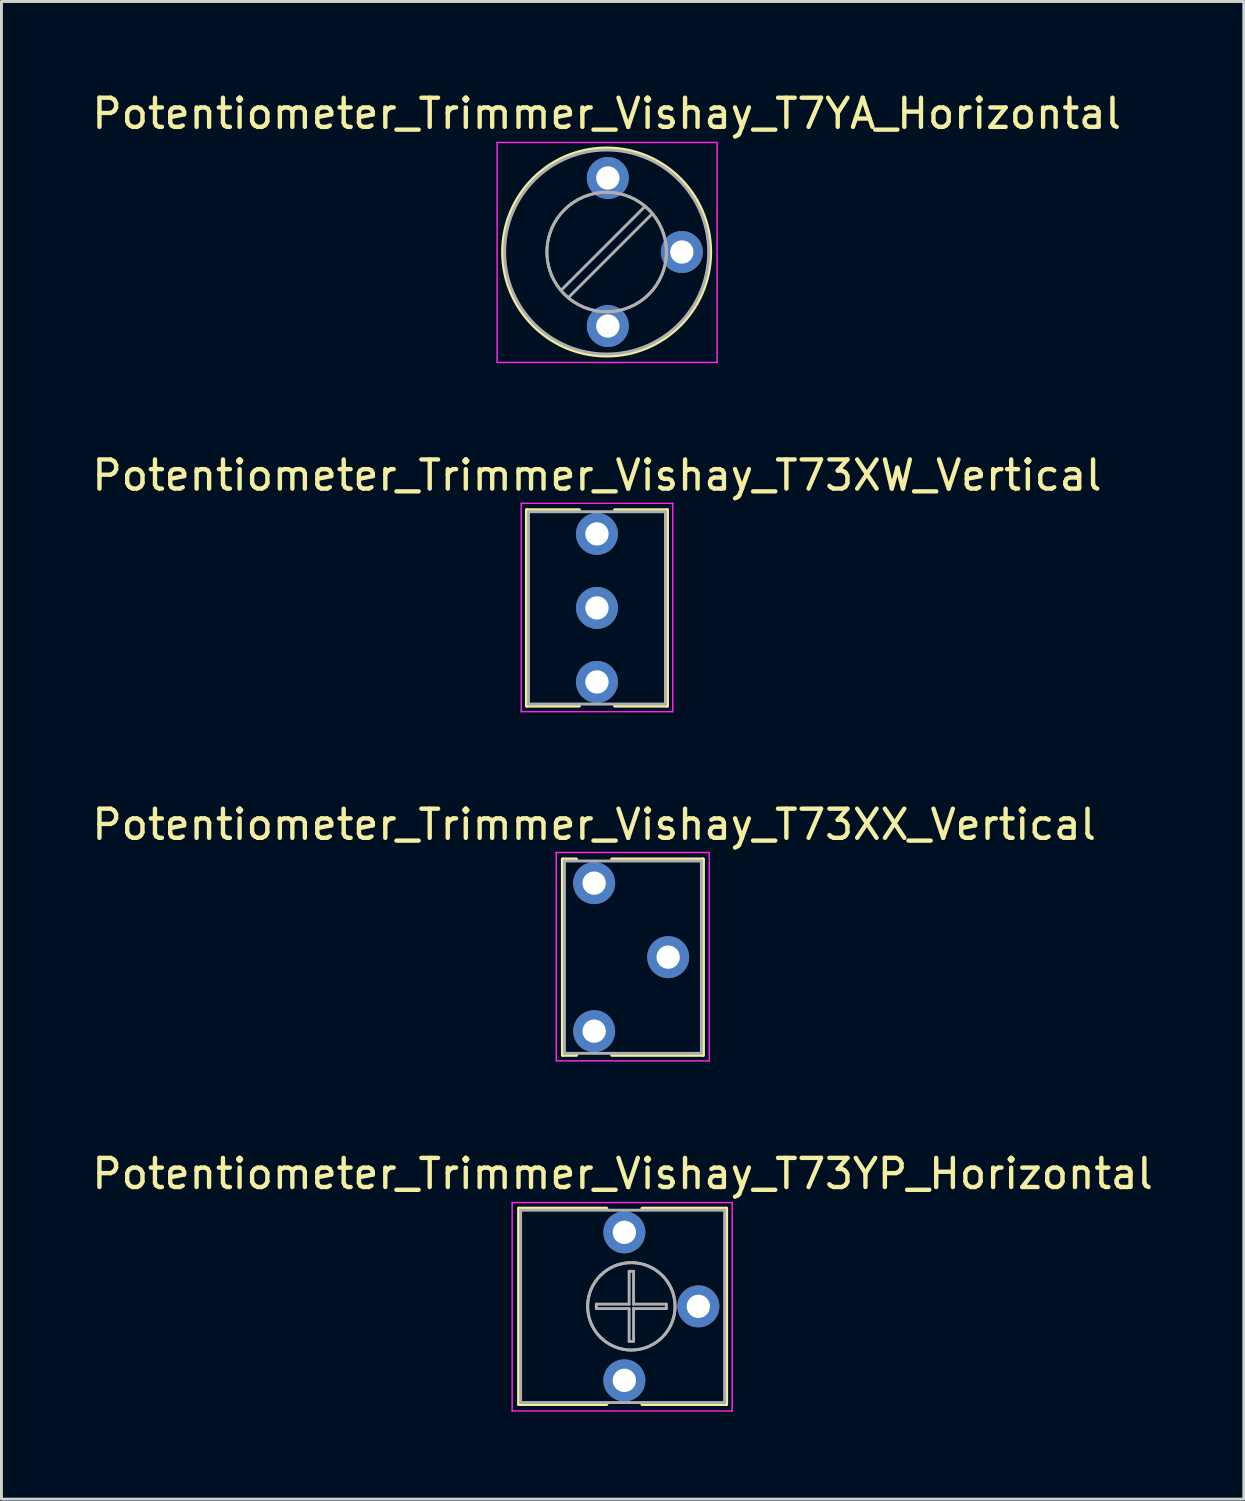
<source format=kicad_pcb>
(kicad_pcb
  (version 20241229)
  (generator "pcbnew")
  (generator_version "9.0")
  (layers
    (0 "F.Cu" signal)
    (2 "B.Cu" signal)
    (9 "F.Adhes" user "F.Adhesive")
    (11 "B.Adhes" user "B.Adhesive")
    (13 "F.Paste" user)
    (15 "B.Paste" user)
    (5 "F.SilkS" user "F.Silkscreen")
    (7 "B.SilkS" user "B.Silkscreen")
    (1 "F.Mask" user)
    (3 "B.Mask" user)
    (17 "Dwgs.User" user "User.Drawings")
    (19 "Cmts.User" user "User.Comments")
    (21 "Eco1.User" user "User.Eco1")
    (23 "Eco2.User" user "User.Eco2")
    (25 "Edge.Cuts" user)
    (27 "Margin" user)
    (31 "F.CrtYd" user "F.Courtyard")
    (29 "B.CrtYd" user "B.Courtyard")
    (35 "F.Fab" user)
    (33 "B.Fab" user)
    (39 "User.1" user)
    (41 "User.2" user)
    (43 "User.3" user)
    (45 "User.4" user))
  (footprint "Potentiometer_Trimmer_Vishay_T7YA_Horizontal"
    (layer "F.Cu")
    (at 17.808 8.138)
    (property "Reference" "Potentiometer_Trimmer_Vishay_T7YA_Horizontal" (at -0.04 -7.29 0) (layer "F.SilkS") (effects (font (size 1 1) (thickness 0.15))))
    (attr through_hole)
    (fp_circle (center -0.041 -2.54) (end 3.519 -2.54) (stroke (width 0.12) (type solid)) (fill no) (layer "F.SilkS"))
    (fp_line (start -3.8 -6.3) (end -3.8 1.25) (stroke (width 0.05) (type solid)) (layer "F.CrtYd"))
    (fp_line (start -3.8 1.25) (end 3.75 1.25) (stroke (width 0.05) (type solid)) (layer "F.CrtYd"))
    (fp_line (start 3.75 -6.3) (end -3.8 -6.3) (stroke (width 0.05) (type solid)) (layer "F.CrtYd"))
    (fp_line (start 3.75 1.25) (end 3.75 -6.3) (stroke (width 0.05) (type solid)) (layer "F.CrtYd"))
    (fp_line (start 1.265 -4.094) (end -1.595 -1.235) (stroke (width 0.1) (type solid)) (layer "F.Fab"))
    (fp_line (start 1.515 -3.844) (end -1.345 -0.985) (stroke (width 0.1) (type solid)) (layer "F.Fab"))
    (fp_circle (center -0.041 -2.54) (end 2.009 -2.54) (stroke (width 0.1) (type solid)) (fill no) (layer "F.Fab"))
    (fp_circle (center -0.04 -2.54) (end 2.01 -2.54) (stroke (width 0.1) (type solid)) (fill no) (layer "F.Fab"))
    (fp_circle (center -0.04 -2.54) (end 3.46 -2.54) (stroke (width 0.1) (type solid)) (fill no) (layer "F.Fab"))
    (pad "1" thru_hole circle (at 0 0) (size 1.44 1.44) (drill 0.8) (layers "*.Cu" "*.Mask"))
    (pad "2" thru_hole circle (at 2.54 -2.54) (size 1.44 1.44) (drill 0.8) (layers "*.Cu" "*.Mask"))
    (pad "3" thru_hole circle (at 0 -5.08) (size 1.44 1.44) (drill 0.8) (layers "*.Cu" "*.Mask")))
  (footprint "Potentiometer_Trimmer_Vishay_T73YP_Horizontal"
    (layer "F.Cu")
    (at 18.375 44.318)
    (property "Reference" "Potentiometer_Trimmer_Vishay_T73YP_Horizontal" (at -0.06 -7.09 0) (layer "F.SilkS") (effects (font (size 1 1) (thickness 0.15))))
    (attr through_hole)
    (fp_line (start -3.62 -5.9) (end -3.62 0.82) (stroke (width 0.12) (type solid)) (layer "F.SilkS"))
    (fp_line (start -3.62 -5.9) (end -0.611 -5.9) (stroke (width 0.12) (type solid)) (layer "F.SilkS"))
    (fp_line (start -3.62 0.82) (end -0.611 0.82) (stroke (width 0.12) (type solid)) (layer "F.SilkS"))
    (fp_line (start 0.611 -5.9) (end 3.5 -5.9) (stroke (width 0.12) (type solid)) (layer "F.SilkS"))
    (fp_line (start 0.611 0.82) (end 3.5 0.82) (stroke (width 0.12) (type solid)) (layer "F.SilkS"))
    (fp_line (start 3.5 -5.9) (end 3.5 0.82) (stroke (width 0.12) (type solid)) (layer "F.SilkS"))
    (fp_line (start -3.85 -6.1) (end -3.85 1.05) (stroke (width 0.05) (type solid)) (layer "F.CrtYd"))
    (fp_line (start -3.85 1.05) (end 3.7 1.05) (stroke (width 0.05) (type solid)) (layer "F.CrtYd"))
    (fp_line (start 3.7 -6.1) (end -3.85 -6.1) (stroke (width 0.05) (type solid)) (layer "F.CrtYd"))
    (fp_line (start 3.7 1.05) (end 3.7 -6.1) (stroke (width 0.05) (type solid)) (layer "F.CrtYd"))
    (fp_line (start -3.56 -5.84) (end -3.56 0.76) (stroke (width 0.1) (type solid)) (layer "F.Fab"))
    (fp_line (start -3.56 0.76) (end 3.44 0.76) (stroke (width 0.1) (type solid)) (layer "F.Fab"))
    (fp_line (start -0.961 -2.616) (end 0.164 -2.616) (stroke (width 0.1) (type solid)) (layer "F.Fab"))
    (fp_line (start -0.961 -2.464) (end -0.961 -2.616) (stroke (width 0.1) (type solid)) (layer "F.Fab"))
    (fp_line (start 0.164 -3.741) (end 0.316 -3.741) (stroke (width 0.1) (type solid)) (layer "F.Fab"))
    (fp_line (start 0.164 -2.616) (end 0.164 -3.741) (stroke (width 0.1) (type solid)) (layer "F.Fab"))
    (fp_line (start 0.164 -2.464) (end -0.961 -2.464) (stroke (width 0.1) (type solid)) (layer "F.Fab"))
    (fp_line (start 0.164 -1.339) (end 0.164 -2.464) (stroke (width 0.1) (type solid)) (layer "F.Fab"))
    (fp_line (start 0.316 -3.741) (end 0.316 -2.616) (stroke (width 0.1) (type solid)) (layer "F.Fab"))
    (fp_line (start 0.316 -2.616) (end 1.441 -2.616) (stroke (width 0.1) (type solid)) (layer "F.Fab"))
    (fp_line (start 0.316 -2.464) (end 0.316 -1.339) (stroke (width 0.1) (type solid)) (layer "F.Fab"))
    (fp_line (start 0.316 -1.339) (end 0.164 -1.339) (stroke (width 0.1) (type solid)) (layer "F.Fab"))
    (fp_line (start 1.441 -2.616) (end 1.441 -2.464) (stroke (width 0.1) (type solid)) (layer "F.Fab"))
    (fp_line (start 1.441 -2.464) (end 0.316 -2.464) (stroke (width 0.1) (type solid)) (layer "F.Fab"))
    (fp_line (start 3.44 -5.84) (end -3.56 -5.84) (stroke (width 0.1) (type solid)) (layer "F.Fab"))
    (fp_line (start 3.44 0.76) (end 3.44 -5.84) (stroke (width 0.1) (type solid)) (layer "F.Fab"))
    (fp_circle (center 0.24 -2.54) (end 1.74 -2.54) (stroke (width 0.1) (type solid)) (fill no) (layer "F.Fab"))
    (fp_circle (center 0.24 -2.54) (end 1.74 -2.54) (stroke (width 0.1) (type solid)) (fill no) (layer "F.Fab"))
    (pad "1" thru_hole circle (at 0 0) (size 1.44 1.44) (drill 0.8) (layers "*.Cu" "*.Mask"))
    (pad "2" thru_hole circle (at 2.54 -2.54) (size 1.44 1.44) (drill 0.8) (layers "*.Cu" "*.Mask"))
    (pad "3" thru_hole circle (at 0 -5.08) (size 1.44 1.44) (drill 0.8) (layers "*.Cu" "*.Mask")))
  (footprint "Potentiometer_Trimmer_Vishay_T73XX_Vertical"
    (layer "F.Cu")
    (at 17.339 27.255)
    (property "Reference" "Potentiometer_Trimmer_Vishay_T73XX_Vertical" (at 0 -2.01 0) (layer "F.SilkS") (effects (font (size 1 1) (thickness 0.15))))
    (attr through_hole)
    (fp_line (start -1.08 -0.82) (end -1.08 5.9) (stroke (width 0.12) (type solid)) (layer "F.SilkS"))
    (fp_line (start -1.08 -0.82) (end -0.611 -0.82) (stroke (width 0.12) (type solid)) (layer "F.SilkS"))
    (fp_line (start -1.08 5.9) (end -0.611 5.9) (stroke (width 0.12) (type solid)) (layer "F.SilkS"))
    (fp_line (start 0.611 -0.82) (end 3.74 -0.82) (stroke (width 0.12) (type solid)) (layer "F.SilkS"))
    (fp_line (start 0.611 5.9) (end 3.74 5.9) (stroke (width 0.12) (type solid)) (layer "F.SilkS"))
    (fp_line (start 3.74 -0.82) (end 3.74 5.9) (stroke (width 0.12) (type solid)) (layer "F.SilkS"))
    (fp_line (start -1.3 -1.05) (end -1.3 6.1) (stroke (width 0.05) (type solid)) (layer "F.CrtYd"))
    (fp_line (start -1.3 6.1) (end 3.95 6.1) (stroke (width 0.05) (type solid)) (layer "F.CrtYd"))
    (fp_line (start 3.95 -1.05) (end -1.3 -1.05) (stroke (width 0.05) (type solid)) (layer "F.CrtYd"))
    (fp_line (start 3.95 6.1) (end 3.95 -1.05) (stroke (width 0.05) (type solid)) (layer "F.CrtYd"))
    (fp_line (start -1.02 -0.76) (end 3.68 -0.76) (stroke (width 0.1) (type solid)) (layer "F.Fab"))
    (fp_line (start -1.02 5.84) (end -1.02 -0.76) (stroke (width 0.1) (type solid)) (layer "F.Fab"))
    (fp_line (start 3.68 -0.76) (end 3.68 5.84) (stroke (width 0.1) (type solid)) (layer "F.Fab"))
    (fp_line (start 3.68 5.84) (end -1.02 5.84) (stroke (width 0.1) (type solid)) (layer "F.Fab"))
    (pad "1" thru_hole circle (at 0 0) (size 1.44 1.44) (drill 0.8) (layers "*.Cu" "*.Mask"))
    (pad "2" thru_hole circle (at 2.54 2.54) (size 1.44 1.44) (drill 0.8) (layers "*.Cu" "*.Mask"))
    (pad "3" thru_hole circle (at 0 5.08) (size 1.44 1.44) (drill 0.8) (layers "*.Cu" "*.Mask")))
  (footprint "Potentiometer_Trimmer_Vishay_T73XW_Vertical"
    (layer "F.Cu")
    (at 17.435 15.271)
    (property "Reference" "Potentiometer_Trimmer_Vishay_T73XW_Vertical" (at 0 -2.01 0) (layer "F.SilkS") (effects (font (size 1 1) (thickness 0.15))))
    (attr through_hole)
    (fp_line (start -2.41 -0.82) (end -2.41 5.9) (stroke (width 0.12) (type solid)) (layer "F.SilkS"))
    (fp_line (start -2.41 -0.82) (end -0.611 -0.82) (stroke (width 0.12) (type solid)) (layer "F.SilkS"))
    (fp_line (start -2.41 5.9) (end -0.611 5.9) (stroke (width 0.12) (type solid)) (layer "F.SilkS"))
    (fp_line (start 0.611 -0.82) (end 2.41 -0.82) (stroke (width 0.12) (type solid)) (layer "F.SilkS"))
    (fp_line (start 0.611 5.9) (end 2.41 5.9) (stroke (width 0.12) (type solid)) (layer "F.SilkS"))
    (fp_line (start 2.41 -0.82) (end 2.41 5.9) (stroke (width 0.12) (type solid)) (layer "F.SilkS"))
    (fp_line (start -2.6 -1.05) (end -2.6 6.1) (stroke (width 0.05) (type solid)) (layer "F.CrtYd"))
    (fp_line (start -2.6 6.1) (end 2.6 6.1) (stroke (width 0.05) (type solid)) (layer "F.CrtYd"))
    (fp_line (start 2.6 -1.05) (end -2.6 -1.05) (stroke (width 0.05) (type solid)) (layer "F.CrtYd"))
    (fp_line (start 2.6 6.1) (end 2.6 -1.05) (stroke (width 0.05) (type solid)) (layer "F.CrtYd"))
    (fp_line (start -2.35 -0.76) (end 2.35 -0.76) (stroke (width 0.1) (type solid)) (layer "F.Fab"))
    (fp_line (start -2.35 5.84) (end -2.35 -0.76) (stroke (width 0.1) (type solid)) (layer "F.Fab"))
    (fp_line (start 2.35 -0.76) (end 2.35 5.84) (stroke (width 0.1) (type solid)) (layer "F.Fab"))
    (fp_line (start 2.35 5.84) (end -2.35 5.84) (stroke (width 0.1) (type solid)) (layer "F.Fab"))
    (pad "1" thru_hole circle (at 0 0) (size 1.44 1.44) (drill 0.8) (layers "*.Cu" "*.Mask"))
    (pad "2" thru_hole circle (at 0 2.54) (size 1.44 1.44) (drill 0.8) (layers "*.Cu" "*.Mask"))
    (pad "3" thru_hole circle (at 0 5.08) (size 1.44 1.44) (drill 0.8) (layers "*.Cu" "*.Mask")))
  (gr_rect
    (start -3 -3)
    (end 39.631 48.393)
    (stroke (width 0.1) (type default))
    (fill no)
    (layer "Edge.Cuts")))
</source>
